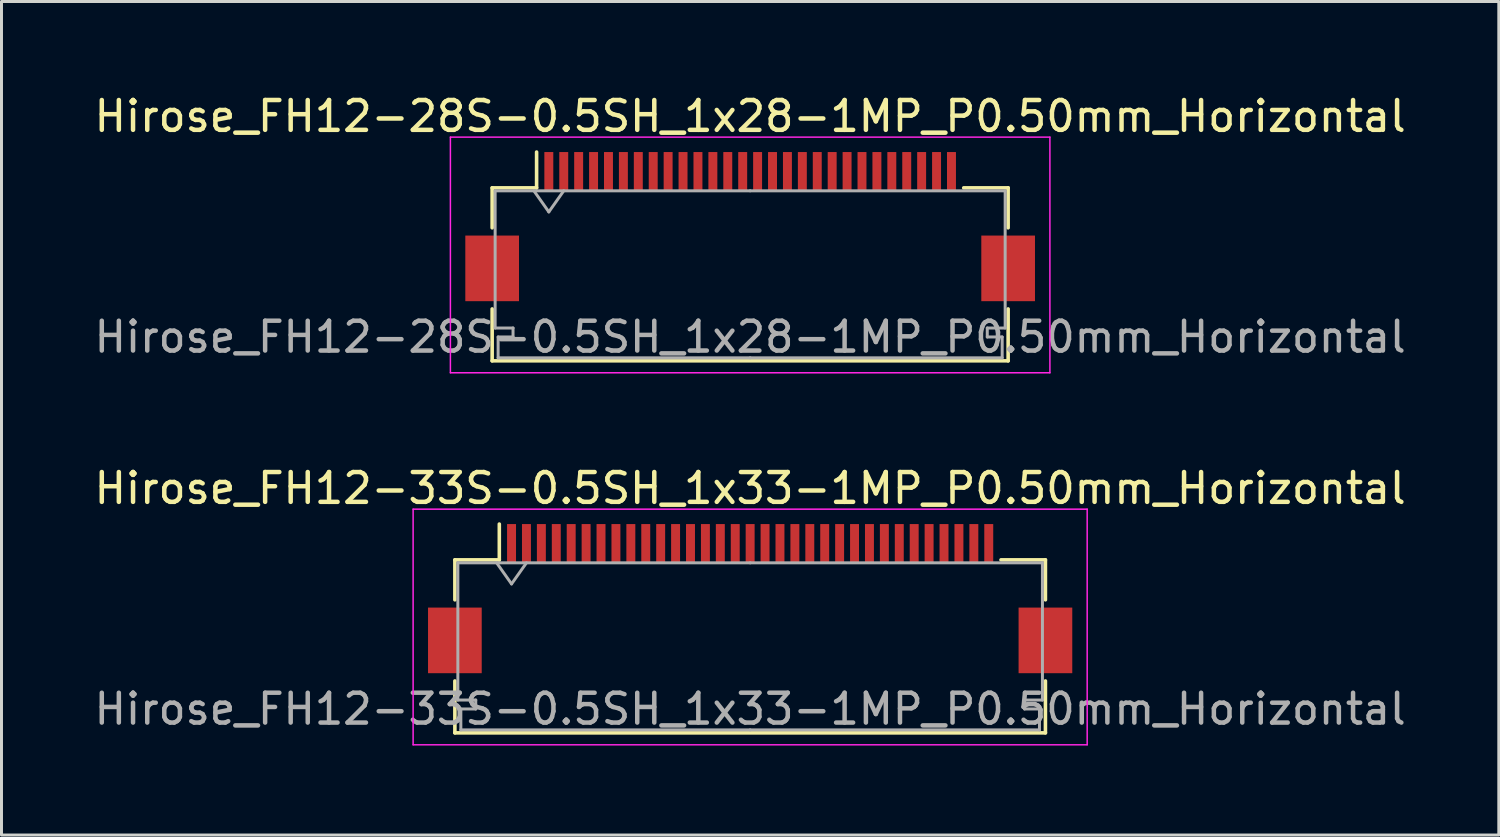
<source format=kicad_pcb>
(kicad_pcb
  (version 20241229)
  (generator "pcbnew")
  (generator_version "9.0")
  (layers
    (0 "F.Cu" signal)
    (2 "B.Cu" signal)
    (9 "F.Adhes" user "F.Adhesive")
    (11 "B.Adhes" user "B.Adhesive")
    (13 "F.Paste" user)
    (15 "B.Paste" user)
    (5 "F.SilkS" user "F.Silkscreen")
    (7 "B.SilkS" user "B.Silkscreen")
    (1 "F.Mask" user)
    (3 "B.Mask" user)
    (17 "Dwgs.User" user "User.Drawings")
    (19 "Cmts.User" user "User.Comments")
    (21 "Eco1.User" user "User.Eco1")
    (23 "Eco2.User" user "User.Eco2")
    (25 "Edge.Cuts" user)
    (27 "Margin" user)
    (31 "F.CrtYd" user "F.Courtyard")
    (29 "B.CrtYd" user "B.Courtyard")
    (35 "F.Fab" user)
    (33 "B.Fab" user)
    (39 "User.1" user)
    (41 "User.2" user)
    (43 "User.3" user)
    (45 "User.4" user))
  (footprint "Hirose_FH12-28S-0.5SH_1x28-1MP_P0.50mm_Horizontal"
    (layer "F.Cu")
    (at 22.101 4.548)
    (property "Reference" "Hirose_FH12-28S-0.5SH_1x28-1MP_P0.50mm_Horizontal" (at 0 -3.7 0) (layer "F.SilkS") (effects (font (size 1 1) (thickness 0.15))))
    (attr smd)
    (fp_line (start -8.65 -1.3) (end -8.65 0.04) (stroke (width 0.12) (type solid)) (layer "F.SilkS"))
    (fp_line (start -8.65 2.76) (end -8.65 4.5) (stroke (width 0.12) (type solid)) (layer "F.SilkS"))
    (fp_line (start -8.65 4.5) (end 8.65 4.5) (stroke (width 0.12) (type solid)) (layer "F.SilkS"))
    (fp_line (start -7.16 -1.3) (end -8.65 -1.3) (stroke (width 0.12) (type solid)) (layer "F.SilkS"))
    (fp_line (start -7.16 -1.3) (end -7.16 -2.5) (stroke (width 0.12) (type solid)) (layer "F.SilkS"))
    (fp_line (start 7.16 -1.3) (end 8.65 -1.3) (stroke (width 0.12) (type solid)) (layer "F.SilkS"))
    (fp_line (start 8.65 -1.3) (end 8.65 0.04) (stroke (width 0.12) (type solid)) (layer "F.SilkS"))
    (fp_line (start 8.65 4.5) (end 8.65 2.76) (stroke (width 0.12) (type solid)) (layer "F.SilkS"))
    (fp_line (start -10.05 -3) (end -10.05 4.9) (stroke (width 0.05) (type solid)) (layer "F.CrtYd"))
    (fp_line (start -10.05 4.9) (end 10.05 4.9) (stroke (width 0.05) (type solid)) (layer "F.CrtYd"))
    (fp_line (start 10.05 -3) (end -10.05 -3) (stroke (width 0.05) (type solid)) (layer "F.CrtYd"))
    (fp_line (start 10.05 4.9) (end 10.05 -3) (stroke (width 0.05) (type solid)) (layer "F.CrtYd"))
    (fp_line (start -8.55 -1.2) (end -8.55 3.4) (stroke (width 0.1) (type solid)) (layer "F.Fab"))
    (fp_line (start -8.55 3.4) (end -7.95 3.4) (stroke (width 0.1) (type solid)) (layer "F.Fab"))
    (fp_line (start -8.45 3.7) (end -8.45 4.4) (stroke (width 0.1) (type solid)) (layer "F.Fab"))
    (fp_line (start -8.45 4.4) (end 0 4.4) (stroke (width 0.1) (type solid)) (layer "F.Fab"))
    (fp_line (start -7.95 3.4) (end -7.95 3.7) (stroke (width 0.1) (type solid)) (layer "F.Fab"))
    (fp_line (start -7.95 3.7) (end -8.45 3.7) (stroke (width 0.1) (type solid)) (layer "F.Fab"))
    (fp_line (start -7.25 -1.2) (end -6.75 -0.493) (stroke (width 0.1) (type solid)) (layer "F.Fab"))
    (fp_line (start -6.75 -0.493) (end -6.25 -1.2) (stroke (width 0.1) (type solid)) (layer "F.Fab"))
    (fp_line (start 0 -1.2) (end -8.55 -1.2) (stroke (width 0.1) (type solid)) (layer "F.Fab"))
    (fp_line (start 0 -1.2) (end 8.55 -1.2) (stroke (width 0.1) (type solid)) (layer "F.Fab"))
    (fp_line (start 7.95 3.4) (end 7.95 3.7) (stroke (width 0.1) (type solid)) (layer "F.Fab"))
    (fp_line (start 7.95 3.7) (end 8.45 3.7) (stroke (width 0.1) (type solid)) (layer "F.Fab"))
    (fp_line (start 8.45 3.7) (end 8.45 4.4) (stroke (width 0.1) (type solid)) (layer "F.Fab"))
    (fp_line (start 8.45 4.4) (end 0 4.4) (stroke (width 0.1) (type solid)) (layer "F.Fab"))
    (fp_line (start 8.55 -1.2) (end 8.55 3.4) (stroke (width 0.1) (type solid)) (layer "F.Fab"))
    (fp_line (start 8.55 3.4) (end 7.95 3.4) (stroke (width 0.1) (type solid)) (layer "F.Fab"))
    (fp_text user "${REFERENCE}" (at 0 3.7 0) (layer "F.Fab") (effects (font (size 1 1) (thickness 0.15))))
    (pad "1" smd rect (at -6.75 -1.85) (size 0.3 1.3) (layers "F.Cu" "F.Mask" "F.Paste"))
    (pad "2" smd rect (at -6.25 -1.85) (size 0.3 1.3) (layers "F.Cu" "F.Mask" "F.Paste"))
    (pad "3" smd rect (at -5.75 -1.85) (size 0.3 1.3) (layers "F.Cu" "F.Mask" "F.Paste"))
    (pad "4" smd rect (at -5.25 -1.85) (size 0.3 1.3) (layers "F.Cu" "F.Mask" "F.Paste"))
    (pad "5" smd rect (at -4.75 -1.85) (size 0.3 1.3) (layers "F.Cu" "F.Mask" "F.Paste"))
    (pad "6" smd rect (at -4.25 -1.85) (size 0.3 1.3) (layers "F.Cu" "F.Mask" "F.Paste"))
    (pad "7" smd rect (at -3.75 -1.85) (size 0.3 1.3) (layers "F.Cu" "F.Mask" "F.Paste"))
    (pad "8" smd rect (at -3.25 -1.85) (size 0.3 1.3) (layers "F.Cu" "F.Mask" "F.Paste"))
    (pad "9" smd rect (at -2.75 -1.85) (size 0.3 1.3) (layers "F.Cu" "F.Mask" "F.Paste"))
    (pad "10" smd rect (at -2.25 -1.85) (size 0.3 1.3) (layers "F.Cu" "F.Mask" "F.Paste"))
    (pad "11" smd rect (at -1.75 -1.85) (size 0.3 1.3) (layers "F.Cu" "F.Mask" "F.Paste"))
    (pad "12" smd rect (at -1.25 -1.85) (size 0.3 1.3) (layers "F.Cu" "F.Mask" "F.Paste"))
    (pad "13" smd rect (at -0.75 -1.85) (size 0.3 1.3) (layers "F.Cu" "F.Mask" "F.Paste"))
    (pad "14" smd rect (at -0.25 -1.85) (size 0.3 1.3) (layers "F.Cu" "F.Mask" "F.Paste"))
    (pad "15" smd rect (at 0.25 -1.85) (size 0.3 1.3) (layers "F.Cu" "F.Mask" "F.Paste"))
    (pad "16" smd rect (at 0.75 -1.85) (size 0.3 1.3) (layers "F.Cu" "F.Mask" "F.Paste"))
    (pad "17" smd rect (at 1.25 -1.85) (size 0.3 1.3) (layers "F.Cu" "F.Mask" "F.Paste"))
    (pad "18" smd rect (at 1.75 -1.85) (size 0.3 1.3) (layers "F.Cu" "F.Mask" "F.Paste"))
    (pad "19" smd rect (at 2.25 -1.85) (size 0.3 1.3) (layers "F.Cu" "F.Mask" "F.Paste"))
    (pad "20" smd rect (at 2.75 -1.85) (size 0.3 1.3) (layers "F.Cu" "F.Mask" "F.Paste"))
    (pad "21" smd rect (at 3.25 -1.85) (size 0.3 1.3) (layers "F.Cu" "F.Mask" "F.Paste"))
    (pad "22" smd rect (at 3.75 -1.85) (size 0.3 1.3) (layers "F.Cu" "F.Mask" "F.Paste"))
    (pad "23" smd rect (at 4.25 -1.85) (size 0.3 1.3) (layers "F.Cu" "F.Mask" "F.Paste"))
    (pad "24" smd rect (at 4.75 -1.85) (size 0.3 1.3) (layers "F.Cu" "F.Mask" "F.Paste"))
    (pad "25" smd rect (at 5.25 -1.85) (size 0.3 1.3) (layers "F.Cu" "F.Mask" "F.Paste"))
    (pad "26" smd rect (at 5.75 -1.85) (size 0.3 1.3) (layers "F.Cu" "F.Mask" "F.Paste"))
    (pad "27" smd rect (at 6.25 -1.85) (size 0.3 1.3) (layers "F.Cu" "F.Mask" "F.Paste"))
    (pad "28" smd rect (at 6.75 -1.85) (size 0.3 1.3) (layers "F.Cu" "F.Mask" "F.Paste"))
    (pad "MP" smd rect (at -8.65 1.4) (size 1.8 2.2) (layers "F.Cu" "F.Mask" "F.Paste"))
    (pad "MP" smd rect (at 8.65 1.4) (size 1.8 2.2) (layers "F.Cu" "F.Mask" "F.Paste")))
  (footprint "Hirose_FH12-33S-0.5SH_1x33-1MP_P0.50mm_Horizontal"
    (layer "F.Cu")
    (at 22.101 17.021)
    (property "Reference" "Hirose_FH12-33S-0.5SH_1x33-1MP_P0.50mm_Horizontal" (at 0 -3.7 0) (layer "F.SilkS") (effects (font (size 1 1) (thickness 0.15))))
    (attr smd)
    (fp_line (start -9.9 -1.3) (end -9.9 0.04) (stroke (width 0.12) (type solid)) (layer "F.SilkS"))
    (fp_line (start -9.9 2.76) (end -9.9 4.5) (stroke (width 0.12) (type solid)) (layer "F.SilkS"))
    (fp_line (start -9.9 4.5) (end 9.9 4.5) (stroke (width 0.12) (type solid)) (layer "F.SilkS"))
    (fp_line (start -8.41 -1.3) (end -9.9 -1.3) (stroke (width 0.12) (type solid)) (layer "F.SilkS"))
    (fp_line (start -8.41 -1.3) (end -8.41 -2.5) (stroke (width 0.12) (type solid)) (layer "F.SilkS"))
    (fp_line (start 8.41 -1.3) (end 9.9 -1.3) (stroke (width 0.12) (type solid)) (layer "F.SilkS"))
    (fp_line (start 9.9 -1.3) (end 9.9 0.04) (stroke (width 0.12) (type solid)) (layer "F.SilkS"))
    (fp_line (start 9.9 4.5) (end 9.9 2.76) (stroke (width 0.12) (type solid)) (layer "F.SilkS"))
    (fp_line (start -11.3 -3) (end -11.3 4.9) (stroke (width 0.05) (type solid)) (layer "F.CrtYd"))
    (fp_line (start -11.3 4.9) (end 11.3 4.9) (stroke (width 0.05) (type solid)) (layer "F.CrtYd"))
    (fp_line (start 11.3 -3) (end -11.3 -3) (stroke (width 0.05) (type solid)) (layer "F.CrtYd"))
    (fp_line (start 11.3 4.9) (end 11.3 -3) (stroke (width 0.05) (type solid)) (layer "F.CrtYd"))
    (fp_line (start -9.8 -1.2) (end -9.8 3.4) (stroke (width 0.1) (type solid)) (layer "F.Fab"))
    (fp_line (start -9.8 3.4) (end -9.2 3.4) (stroke (width 0.1) (type solid)) (layer "F.Fab"))
    (fp_line (start -9.7 3.7) (end -9.7 4.4) (stroke (width 0.1) (type solid)) (layer "F.Fab"))
    (fp_line (start -9.7 4.4) (end 0 4.4) (stroke (width 0.1) (type solid)) (layer "F.Fab"))
    (fp_line (start -9.2 3.4) (end -9.2 3.7) (stroke (width 0.1) (type solid)) (layer "F.Fab"))
    (fp_line (start -9.2 3.7) (end -9.7 3.7) (stroke (width 0.1) (type solid)) (layer "F.Fab"))
    (fp_line (start -8.5 -1.2) (end -8 -0.493) (stroke (width 0.1) (type solid)) (layer "F.Fab"))
    (fp_line (start -8 -0.493) (end -7.5 -1.2) (stroke (width 0.1) (type solid)) (layer "F.Fab"))
    (fp_line (start 0 -1.2) (end -9.8 -1.2) (stroke (width 0.1) (type solid)) (layer "F.Fab"))
    (fp_line (start 0 -1.2) (end 9.8 -1.2) (stroke (width 0.1) (type solid)) (layer "F.Fab"))
    (fp_line (start 9.2 3.4) (end 9.2 3.7) (stroke (width 0.1) (type solid)) (layer "F.Fab"))
    (fp_line (start 9.2 3.7) (end 9.7 3.7) (stroke (width 0.1) (type solid)) (layer "F.Fab"))
    (fp_line (start 9.7 3.7) (end 9.7 4.4) (stroke (width 0.1) (type solid)) (layer "F.Fab"))
    (fp_line (start 9.7 4.4) (end 0 4.4) (stroke (width 0.1) (type solid)) (layer "F.Fab"))
    (fp_line (start 9.8 -1.2) (end 9.8 3.4) (stroke (width 0.1) (type solid)) (layer "F.Fab"))
    (fp_line (start 9.8 3.4) (end 9.2 3.4) (stroke (width 0.1) (type solid)) (layer "F.Fab"))
    (fp_text user "${REFERENCE}" (at 0 3.7 0) (layer "F.Fab") (effects (font (size 1 1) (thickness 0.15))))
    (pad "1" smd rect (at -8 -1.85) (size 0.3 1.3) (layers "F.Cu" "F.Mask" "F.Paste"))
    (pad "2" smd rect (at -7.5 -1.85) (size 0.3 1.3) (layers "F.Cu" "F.Mask" "F.Paste"))
    (pad "3" smd rect (at -7 -1.85) (size 0.3 1.3) (layers "F.Cu" "F.Mask" "F.Paste"))
    (pad "4" smd rect (at -6.5 -1.85) (size 0.3 1.3) (layers "F.Cu" "F.Mask" "F.Paste"))
    (pad "5" smd rect (at -6 -1.85) (size 0.3 1.3) (layers "F.Cu" "F.Mask" "F.Paste"))
    (pad "6" smd rect (at -5.5 -1.85) (size 0.3 1.3) (layers "F.Cu" "F.Mask" "F.Paste"))
    (pad "7" smd rect (at -5 -1.85) (size 0.3 1.3) (layers "F.Cu" "F.Mask" "F.Paste"))
    (pad "8" smd rect (at -4.5 -1.85) (size 0.3 1.3) (layers "F.Cu" "F.Mask" "F.Paste"))
    (pad "9" smd rect (at -4 -1.85) (size 0.3 1.3) (layers "F.Cu" "F.Mask" "F.Paste"))
    (pad "10" smd rect (at -3.5 -1.85) (size 0.3 1.3) (layers "F.Cu" "F.Mask" "F.Paste"))
    (pad "11" smd rect (at -3 -1.85) (size 0.3 1.3) (layers "F.Cu" "F.Mask" "F.Paste"))
    (pad "12" smd rect (at -2.5 -1.85) (size 0.3 1.3) (layers "F.Cu" "F.Mask" "F.Paste"))
    (pad "13" smd rect (at -2 -1.85) (size 0.3 1.3) (layers "F.Cu" "F.Mask" "F.Paste"))
    (pad "14" smd rect (at -1.5 -1.85) (size 0.3 1.3) (layers "F.Cu" "F.Mask" "F.Paste"))
    (pad "15" smd rect (at -1 -1.85) (size 0.3 1.3) (layers "F.Cu" "F.Mask" "F.Paste"))
    (pad "16" smd rect (at -0.5 -1.85) (size 0.3 1.3) (layers "F.Cu" "F.Mask" "F.Paste"))
    (pad "17" smd rect (at 0 -1.85) (size 0.3 1.3) (layers "F.Cu" "F.Mask" "F.Paste"))
    (pad "18" smd rect (at 0.5 -1.85) (size 0.3 1.3) (layers "F.Cu" "F.Mask" "F.Paste"))
    (pad "19" smd rect (at 1 -1.85) (size 0.3 1.3) (layers "F.Cu" "F.Mask" "F.Paste"))
    (pad "20" smd rect (at 1.5 -1.85) (size 0.3 1.3) (layers "F.Cu" "F.Mask" "F.Paste"))
    (pad "21" smd rect (at 2 -1.85) (size 0.3 1.3) (layers "F.Cu" "F.Mask" "F.Paste"))
    (pad "22" smd rect (at 2.5 -1.85) (size 0.3 1.3) (layers "F.Cu" "F.Mask" "F.Paste"))
    (pad "23" smd rect (at 3 -1.85) (size 0.3 1.3) (layers "F.Cu" "F.Mask" "F.Paste"))
    (pad "24" smd rect (at 3.5 -1.85) (size 0.3 1.3) (layers "F.Cu" "F.Mask" "F.Paste"))
    (pad "25" smd rect (at 4 -1.85) (size 0.3 1.3) (layers "F.Cu" "F.Mask" "F.Paste"))
    (pad "26" smd rect (at 4.5 -1.85) (size 0.3 1.3) (layers "F.Cu" "F.Mask" "F.Paste"))
    (pad "27" smd rect (at 5 -1.85) (size 0.3 1.3) (layers "F.Cu" "F.Mask" "F.Paste"))
    (pad "28" smd rect (at 5.5 -1.85) (size 0.3 1.3) (layers "F.Cu" "F.Mask" "F.Paste"))
    (pad "29" smd rect (at 6 -1.85) (size 0.3 1.3) (layers "F.Cu" "F.Mask" "F.Paste"))
    (pad "30" smd rect (at 6.5 -1.85) (size 0.3 1.3) (layers "F.Cu" "F.Mask" "F.Paste"))
    (pad "31" smd rect (at 7 -1.85) (size 0.3 1.3) (layers "F.Cu" "F.Mask" "F.Paste"))
    (pad "32" smd rect (at 7.5 -1.85) (size 0.3 1.3) (layers "F.Cu" "F.Mask" "F.Paste"))
    (pad "33" smd rect (at 8 -1.85) (size 0.3 1.3) (layers "F.Cu" "F.Mask" "F.Paste"))
    (pad "MP" smd rect (at -9.9 1.4) (size 1.8 2.2) (layers "F.Cu" "F.Mask" "F.Paste"))
    (pad "MP" smd rect (at 9.9 1.4) (size 1.8 2.2) (layers "F.Cu" "F.Mask" "F.Paste")))
  (gr_rect
    (start -3 -3)
    (end 47.202 24.947)
    (stroke (width 0.1) (type default))
    (fill no)
    (layer "Edge.Cuts")))
</source>
